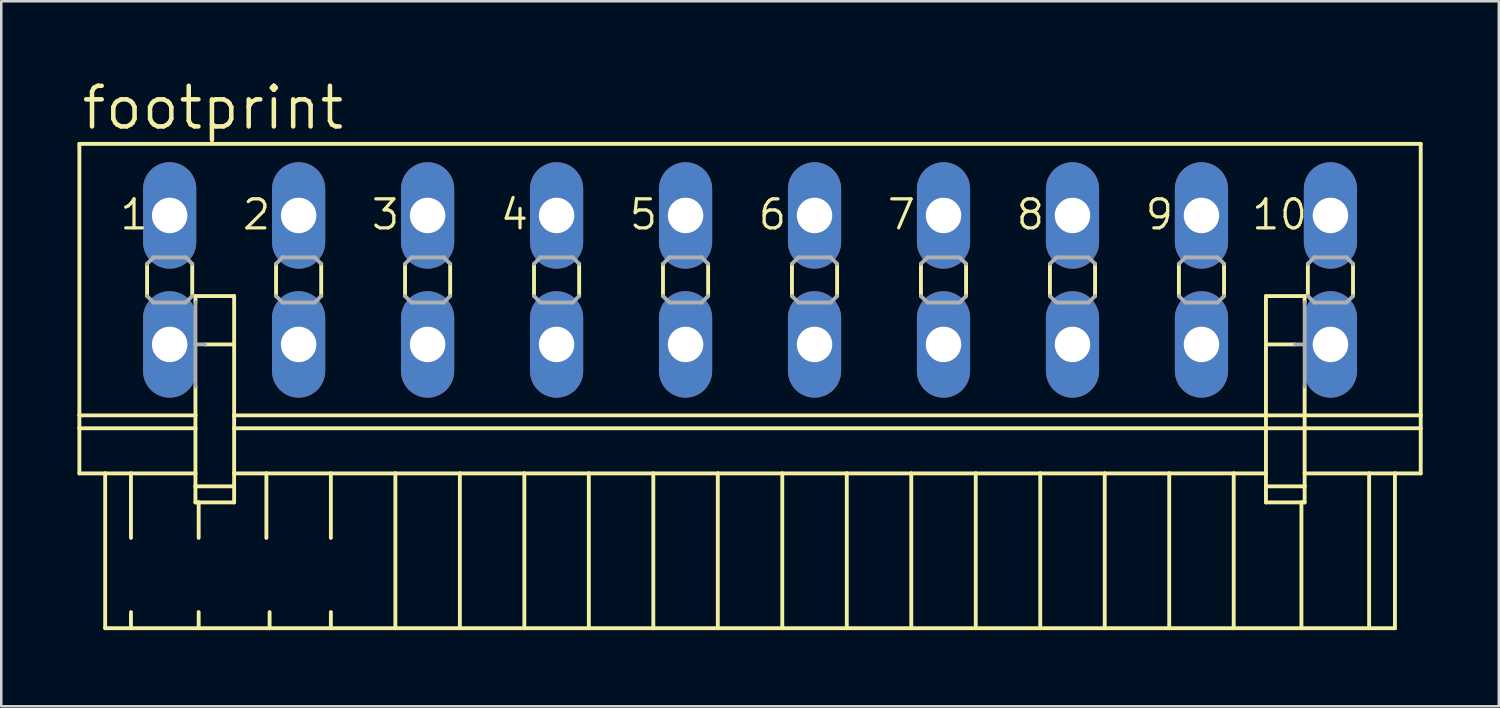
<source format=kicad_pcb>
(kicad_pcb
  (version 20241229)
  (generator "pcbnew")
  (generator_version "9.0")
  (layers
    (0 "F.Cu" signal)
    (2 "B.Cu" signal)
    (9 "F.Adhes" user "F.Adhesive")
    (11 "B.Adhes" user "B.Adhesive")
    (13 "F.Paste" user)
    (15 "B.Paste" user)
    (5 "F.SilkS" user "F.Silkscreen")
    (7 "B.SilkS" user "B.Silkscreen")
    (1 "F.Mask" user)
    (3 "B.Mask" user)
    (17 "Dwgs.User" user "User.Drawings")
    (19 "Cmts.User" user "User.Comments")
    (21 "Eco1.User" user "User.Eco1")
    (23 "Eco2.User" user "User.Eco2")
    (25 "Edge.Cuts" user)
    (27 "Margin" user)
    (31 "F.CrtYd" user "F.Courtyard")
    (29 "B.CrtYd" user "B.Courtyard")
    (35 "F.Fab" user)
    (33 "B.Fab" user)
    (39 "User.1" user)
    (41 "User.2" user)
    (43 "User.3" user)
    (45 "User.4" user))
  (footprint "footprint"
    (layer "F.Cu")
    (at 26.492 7.976)
    (property "Reference" "footprint" (at -26.416 -5.842 0) (layer "F.SilkS") (effects (font (size 1.6 1.6) (thickness 0.178)) (justify left bottom)))
    (fp_line (start -26.416 -5.359) (end -26.416 5.334) (stroke (width 0.152) (type solid)) (layer "F.SilkS"))
    (fp_line (start -26.416 -5.359) (end 26.416 -5.359) (stroke (width 0.152) (type solid)) (layer "F.SilkS"))
    (fp_line (start -26.416 5.334) (end -26.416 5.842) (stroke (width 0.152) (type solid)) (layer "F.SilkS"))
    (fp_line (start -26.416 5.334) (end -21.844 5.334) (stroke (width 0.152) (type solid)) (layer "F.SilkS"))
    (fp_line (start -26.416 5.842) (end -26.416 7.62) (stroke (width 0.152) (type solid)) (layer "F.SilkS"))
    (fp_line (start -26.416 5.842) (end -21.844 5.842) (stroke (width 0.152) (type solid)) (layer "F.SilkS"))
    (fp_line (start -26.416 7.62) (end -25.4 7.62) (stroke (width 0.152) (type solid)) (layer "F.SilkS"))
    (fp_line (start -25.4 7.62) (end -25.4 13.716) (stroke (width 0.152) (type solid)) (layer "F.SilkS"))
    (fp_line (start -25.4 7.62) (end -24.384 7.62) (stroke (width 0.152) (type solid)) (layer "F.SilkS"))
    (fp_line (start -25.4 13.716) (end -24.384 13.716) (stroke (width 0.152) (type solid)) (layer "F.SilkS"))
    (fp_line (start -24.384 7.62) (end -24.384 10.16) (stroke (width 0.152) (type solid)) (layer "F.SilkS"))
    (fp_line (start -24.384 7.62) (end -21.844 7.62) (stroke (width 0.152) (type solid)) (layer "F.SilkS"))
    (fp_line (start -24.384 13.081) (end -24.384 13.716) (stroke (width 0.152) (type solid)) (layer "F.SilkS"))
    (fp_line (start -24.384 13.716) (end -21.717 13.716) (stroke (width 0.152) (type solid)) (layer "F.SilkS"))
    (fp_line (start -23.749 -0.635) (end -23.749 0.635) (stroke (width 0.152) (type solid)) (layer "F.SilkS"))
    (fp_line (start -21.971 -0.635) (end -21.971 0.635) (stroke (width 0.152) (type solid)) (layer "F.SilkS"))
    (fp_line (start -21.844 0.635) (end -21.844 0.889) (stroke (width 0.152) (type solid)) (layer "F.SilkS"))
    (fp_line (start -21.844 0.635) (end -20.32 0.635) (stroke (width 0.152) (type solid)) (layer "F.SilkS"))
    (fp_line (start -21.844 4.191) (end -21.844 5.334) (stroke (width 0.152) (type solid)) (layer "F.SilkS"))
    (fp_line (start -21.844 5.842) (end -21.844 5.334) (stroke (width 0.152) (type solid)) (layer "F.SilkS"))
    (fp_line (start -21.844 7.62) (end -21.844 5.842) (stroke (width 0.152) (type solid)) (layer "F.SilkS"))
    (fp_line (start -21.844 8.128) (end -21.844 7.62) (stroke (width 0.152) (type solid)) (layer "F.SilkS"))
    (fp_line (start -21.844 8.128) (end -20.32 8.128) (stroke (width 0.152) (type solid)) (layer "F.SilkS"))
    (fp_line (start -21.844 8.763) (end -21.844 8.128) (stroke (width 0.152) (type solid)) (layer "F.SilkS"))
    (fp_line (start -21.717 8.763) (end -21.844 8.763) (stroke (width 0.152) (type solid)) (layer "F.SilkS"))
    (fp_line (start -21.717 8.763) (end -21.717 10.16) (stroke (width 0.152) (type solid)) (layer "F.SilkS"))
    (fp_line (start -21.717 13.081) (end -21.717 13.716) (stroke (width 0.152) (type solid)) (layer "F.SilkS"))
    (fp_line (start -21.717 13.716) (end -18.923 13.716) (stroke (width 0.152) (type solid)) (layer "F.SilkS"))
    (fp_line (start -20.32 0.635) (end -20.32 2.54) (stroke (width 0.152) (type solid)) (layer "F.SilkS"))
    (fp_line (start -20.32 2.54) (end -21.463 2.54) (stroke (width 0.152) (type solid)) (layer "F.SilkS"))
    (fp_line (start -20.32 2.54) (end -20.32 5.334) (stroke (width 0.152) (type solid)) (layer "F.SilkS"))
    (fp_line (start -20.32 5.334) (end -20.32 5.842) (stroke (width 0.152) (type solid)) (layer "F.SilkS"))
    (fp_line (start -20.32 5.334) (end 20.32 5.334) (stroke (width 0.152) (type solid)) (layer "F.SilkS"))
    (fp_line (start -20.32 5.842) (end -20.32 7.62) (stroke (width 0.152) (type solid)) (layer "F.SilkS"))
    (fp_line (start -20.32 5.842) (end 20.32 5.842) (stroke (width 0.152) (type solid)) (layer "F.SilkS"))
    (fp_line (start -20.32 7.62) (end -20.32 8.128) (stroke (width 0.152) (type solid)) (layer "F.SilkS"))
    (fp_line (start -20.32 7.62) (end -19.05 7.62) (stroke (width 0.152) (type solid)) (layer "F.SilkS"))
    (fp_line (start -20.32 8.128) (end -20.32 8.763) (stroke (width 0.152) (type solid)) (layer "F.SilkS"))
    (fp_line (start -20.32 8.763) (end -21.717 8.763) (stroke (width 0.152) (type solid)) (layer "F.SilkS"))
    (fp_line (start -19.05 7.62) (end -19.05 10.16) (stroke (width 0.152) (type solid)) (layer "F.SilkS"))
    (fp_line (start -19.05 7.62) (end -16.51 7.62) (stroke (width 0.152) (type solid)) (layer "F.SilkS"))
    (fp_line (start -18.923 13.081) (end -18.923 13.716) (stroke (width 0.152) (type solid)) (layer "F.SilkS"))
    (fp_line (start -18.923 13.716) (end -16.51 13.716) (stroke (width 0.152) (type solid)) (layer "F.SilkS"))
    (fp_line (start -18.669 -0.635) (end -18.669 0.635) (stroke (width 0.152) (type solid)) (layer "F.SilkS"))
    (fp_line (start -16.891 -0.635) (end -16.891 0.635) (stroke (width 0.152) (type solid)) (layer "F.SilkS"))
    (fp_line (start -16.51 7.62) (end -16.51 10.16) (stroke (width 0.152) (type solid)) (layer "F.SilkS"))
    (fp_line (start -16.51 7.62) (end -13.97 7.62) (stroke (width 0.152) (type solid)) (layer "F.SilkS"))
    (fp_line (start -16.51 13.081) (end -16.51 13.716) (stroke (width 0.152) (type solid)) (layer "F.SilkS"))
    (fp_line (start -16.51 13.716) (end -13.97 13.716) (stroke (width 0.152) (type solid)) (layer "F.SilkS"))
    (fp_line (start -13.97 7.62) (end -13.97 13.716) (stroke (width 0.152) (type solid)) (layer "F.SilkS"))
    (fp_line (start -13.97 7.62) (end -11.43 7.62) (stroke (width 0.152) (type solid)) (layer "F.SilkS"))
    (fp_line (start -13.97 13.716) (end -11.43 13.716) (stroke (width 0.152) (type solid)) (layer "F.SilkS"))
    (fp_line (start -13.589 -0.635) (end -13.589 0.635) (stroke (width 0.152) (type solid)) (layer "F.SilkS"))
    (fp_line (start -11.811 -0.635) (end -11.811 0.635) (stroke (width 0.152) (type solid)) (layer "F.SilkS"))
    (fp_line (start -11.43 7.62) (end -11.43 13.716) (stroke (width 0.152) (type solid)) (layer "F.SilkS"))
    (fp_line (start -11.43 7.62) (end -8.89 7.62) (stroke (width 0.152) (type solid)) (layer "F.SilkS"))
    (fp_line (start -11.43 13.716) (end -8.89 13.716) (stroke (width 0.152) (type solid)) (layer "F.SilkS"))
    (fp_line (start -8.89 7.62) (end -8.89 13.716) (stroke (width 0.152) (type solid)) (layer "F.SilkS"))
    (fp_line (start -8.89 7.62) (end -6.35 7.62) (stroke (width 0.152) (type solid)) (layer "F.SilkS"))
    (fp_line (start -8.89 13.716) (end -6.35 13.716) (stroke (width 0.152) (type solid)) (layer "F.SilkS"))
    (fp_line (start -8.509 -0.635) (end -8.509 0.635) (stroke (width 0.152) (type solid)) (layer "F.SilkS"))
    (fp_line (start -6.731 -0.635) (end -6.731 0.635) (stroke (width 0.152) (type solid)) (layer "F.SilkS"))
    (fp_line (start -6.35 7.62) (end -6.35 13.716) (stroke (width 0.152) (type solid)) (layer "F.SilkS"))
    (fp_line (start -6.35 7.62) (end -3.81 7.62) (stroke (width 0.152) (type solid)) (layer "F.SilkS"))
    (fp_line (start -6.35 13.716) (end -3.81 13.716) (stroke (width 0.152) (type solid)) (layer "F.SilkS"))
    (fp_line (start -3.81 7.62) (end -3.81 13.716) (stroke (width 0.152) (type solid)) (layer "F.SilkS"))
    (fp_line (start -3.81 7.62) (end -1.27 7.62) (stroke (width 0.152) (type solid)) (layer "F.SilkS"))
    (fp_line (start -3.81 13.716) (end -1.27 13.716) (stroke (width 0.152) (type solid)) (layer "F.SilkS"))
    (fp_line (start -3.429 -0.635) (end -3.429 0.635) (stroke (width 0.152) (type solid)) (layer "F.SilkS"))
    (fp_line (start -1.651 -0.635) (end -1.651 0.635) (stroke (width 0.152) (type solid)) (layer "F.SilkS"))
    (fp_line (start -1.27 7.62) (end -1.27 13.716) (stroke (width 0.152) (type solid)) (layer "F.SilkS"))
    (fp_line (start -1.27 7.62) (end 1.27 7.62) (stroke (width 0.152) (type solid)) (layer "F.SilkS"))
    (fp_line (start -1.27 13.716) (end 1.27 13.716) (stroke (width 0.152) (type solid)) (layer "F.SilkS"))
    (fp_line (start 1.27 7.62) (end 1.27 13.716) (stroke (width 0.152) (type solid)) (layer "F.SilkS"))
    (fp_line (start 1.27 7.62) (end 3.81 7.62) (stroke (width 0.152) (type solid)) (layer "F.SilkS"))
    (fp_line (start 1.27 13.716) (end 3.81 13.716) (stroke (width 0.152) (type solid)) (layer "F.SilkS"))
    (fp_line (start 1.651 -0.635) (end 1.651 0.635) (stroke (width 0.152) (type solid)) (layer "F.SilkS"))
    (fp_line (start 3.429 -0.635) (end 3.429 0.635) (stroke (width 0.152) (type solid)) (layer "F.SilkS"))
    (fp_line (start 3.81 7.62) (end 3.81 13.716) (stroke (width 0.152) (type solid)) (layer "F.SilkS"))
    (fp_line (start 3.81 7.62) (end 6.35 7.62) (stroke (width 0.152) (type solid)) (layer "F.SilkS"))
    (fp_line (start 3.81 13.716) (end 6.35 13.716) (stroke (width 0.152) (type solid)) (layer "F.SilkS"))
    (fp_line (start 6.35 7.62) (end 6.35 13.716) (stroke (width 0.152) (type solid)) (layer "F.SilkS"))
    (fp_line (start 6.35 7.62) (end 8.89 7.62) (stroke (width 0.152) (type solid)) (layer "F.SilkS"))
    (fp_line (start 6.35 13.716) (end 8.89 13.716) (stroke (width 0.152) (type solid)) (layer "F.SilkS"))
    (fp_line (start 6.731 -0.635) (end 6.731 0.635) (stroke (width 0.152) (type solid)) (layer "F.SilkS"))
    (fp_line (start 8.509 -0.635) (end 8.509 0.635) (stroke (width 0.152) (type solid)) (layer "F.SilkS"))
    (fp_line (start 8.89 7.62) (end 8.89 13.716) (stroke (width 0.152) (type solid)) (layer "F.SilkS"))
    (fp_line (start 8.89 7.62) (end 11.43 7.62) (stroke (width 0.152) (type solid)) (layer "F.SilkS"))
    (fp_line (start 8.89 13.716) (end 11.43 13.716) (stroke (width 0.152) (type solid)) (layer "F.SilkS"))
    (fp_line (start 11.43 7.62) (end 11.43 13.716) (stroke (width 0.152) (type solid)) (layer "F.SilkS"))
    (fp_line (start 11.43 7.62) (end 13.97 7.62) (stroke (width 0.152) (type solid)) (layer "F.SilkS"))
    (fp_line (start 11.43 13.716) (end 13.97 13.716) (stroke (width 0.152) (type solid)) (layer "F.SilkS"))
    (fp_line (start 11.811 -0.635) (end 11.811 0.635) (stroke (width 0.152) (type solid)) (layer "F.SilkS"))
    (fp_line (start 13.589 -0.635) (end 13.589 0.635) (stroke (width 0.152) (type solid)) (layer "F.SilkS"))
    (fp_line (start 13.97 7.62) (end 13.97 13.716) (stroke (width 0.152) (type solid)) (layer "F.SilkS"))
    (fp_line (start 13.97 7.62) (end 16.51 7.62) (stroke (width 0.152) (type solid)) (layer "F.SilkS"))
    (fp_line (start 13.97 13.716) (end 16.51 13.716) (stroke (width 0.152) (type solid)) (layer "F.SilkS"))
    (fp_line (start 16.51 7.62) (end 16.51 13.716) (stroke (width 0.152) (type solid)) (layer "F.SilkS"))
    (fp_line (start 16.51 7.62) (end 19.05 7.62) (stroke (width 0.152) (type solid)) (layer "F.SilkS"))
    (fp_line (start 16.51 13.716) (end 19.05 13.716) (stroke (width 0.152) (type solid)) (layer "F.SilkS"))
    (fp_line (start 16.891 -0.635) (end 16.891 0.635) (stroke (width 0.152) (type solid)) (layer "F.SilkS"))
    (fp_line (start 18.669 -0.635) (end 18.669 0.635) (stroke (width 0.152) (type solid)) (layer "F.SilkS"))
    (fp_line (start 19.05 7.62) (end 19.05 13.716) (stroke (width 0.152) (type solid)) (layer "F.SilkS"))
    (fp_line (start 19.05 7.62) (end 20.32 7.62) (stroke (width 0.152) (type solid)) (layer "F.SilkS"))
    (fp_line (start 19.05 13.716) (end 21.717 13.716) (stroke (width 0.152) (type solid)) (layer "F.SilkS"))
    (fp_line (start 20.32 0.635) (end 20.32 2.54) (stroke (width 0.152) (type solid)) (layer "F.SilkS"))
    (fp_line (start 20.32 2.54) (end 20.32 5.334) (stroke (width 0.152) (type solid)) (layer "F.SilkS"))
    (fp_line (start 20.32 2.54) (end 21.463 2.54) (stroke (width 0.152) (type solid)) (layer "F.SilkS"))
    (fp_line (start 20.32 5.334) (end 20.32 5.842) (stroke (width 0.152) (type solid)) (layer "F.SilkS"))
    (fp_line (start 20.32 5.334) (end 21.844 5.334) (stroke (width 0.152) (type solid)) (layer "F.SilkS"))
    (fp_line (start 20.32 5.842) (end 20.32 7.62) (stroke (width 0.152) (type solid)) (layer "F.SilkS"))
    (fp_line (start 20.32 5.842) (end 21.844 5.842) (stroke (width 0.152) (type solid)) (layer "F.SilkS"))
    (fp_line (start 20.32 7.62) (end 20.32 8.128) (stroke (width 0.152) (type solid)) (layer "F.SilkS"))
    (fp_line (start 20.32 8.128) (end 20.32 8.763) (stroke (width 0.152) (type solid)) (layer "F.SilkS"))
    (fp_line (start 20.32 8.128) (end 21.844 8.128) (stroke (width 0.152) (type solid)) (layer "F.SilkS"))
    (fp_line (start 21.717 8.763) (end 20.32 8.763) (stroke (width 0.152) (type solid)) (layer "F.SilkS"))
    (fp_line (start 21.717 8.763) (end 21.717 13.716) (stroke (width 0.152) (type solid)) (layer "F.SilkS"))
    (fp_line (start 21.717 13.716) (end 24.384 13.716) (stroke (width 0.152) (type solid)) (layer "F.SilkS"))
    (fp_line (start 21.844 0.635) (end 20.32 0.635) (stroke (width 0.152) (type solid)) (layer "F.SilkS"))
    (fp_line (start 21.844 0.889) (end 21.844 0.635) (stroke (width 0.152) (type solid)) (layer "F.SilkS"))
    (fp_line (start 21.844 4.191) (end 21.844 5.334) (stroke (width 0.152) (type solid)) (layer "F.SilkS"))
    (fp_line (start 21.844 5.334) (end 26.416 5.334) (stroke (width 0.152) (type solid)) (layer "F.SilkS"))
    (fp_line (start 21.844 5.842) (end 21.844 5.334) (stroke (width 0.152) (type solid)) (layer "F.SilkS"))
    (fp_line (start 21.844 5.842) (end 26.416 5.842) (stroke (width 0.152) (type solid)) (layer "F.SilkS"))
    (fp_line (start 21.844 7.62) (end 21.844 5.842) (stroke (width 0.152) (type solid)) (layer "F.SilkS"))
    (fp_line (start 21.844 7.62) (end 24.384 7.62) (stroke (width 0.152) (type solid)) (layer "F.SilkS"))
    (fp_line (start 21.844 8.128) (end 21.844 7.62) (stroke (width 0.152) (type solid)) (layer "F.SilkS"))
    (fp_line (start 21.844 8.763) (end 21.717 8.763) (stroke (width 0.152) (type solid)) (layer "F.SilkS"))
    (fp_line (start 21.844 8.763) (end 21.844 8.128) (stroke (width 0.152) (type solid)) (layer "F.SilkS"))
    (fp_line (start 21.971 -0.635) (end 21.971 0.635) (stroke (width 0.152) (type solid)) (layer "F.SilkS"))
    (fp_line (start 23.749 -0.635) (end 23.749 0.635) (stroke (width 0.152) (type solid)) (layer "F.SilkS"))
    (fp_line (start 24.384 7.62) (end 24.384 13.716) (stroke (width 0.152) (type solid)) (layer "F.SilkS"))
    (fp_line (start 24.384 7.62) (end 25.4 7.62) (stroke (width 0.152) (type solid)) (layer "F.SilkS"))
    (fp_line (start 24.384 13.716) (end 25.4 13.716) (stroke (width 0.152) (type solid)) (layer "F.SilkS"))
    (fp_line (start 25.4 7.62) (end 25.4 13.716) (stroke (width 0.152) (type solid)) (layer "F.SilkS"))
    (fp_line (start 25.4 7.62) (end 26.416 7.62) (stroke (width 0.152) (type solid)) (layer "F.SilkS"))
    (fp_line (start 26.416 -5.359) (end 26.416 5.334) (stroke (width 0.152) (type solid)) (layer "F.SilkS"))
    (fp_line (start 26.416 5.334) (end 26.416 5.842) (stroke (width 0.152) (type solid)) (layer "F.SilkS"))
    (fp_line (start 26.416 5.842) (end 26.416 7.62) (stroke (width 0.152) (type solid)) (layer "F.SilkS"))
    (fp_line (start -23.749 -0.635) (end -23.495 -0.889) (stroke (width 0.152) (type solid)) (layer "F.Fab"))
    (fp_line (start -23.495 -0.889) (end -22.225 -0.889) (stroke (width 0.152) (type solid)) (layer "F.Fab"))
    (fp_line (start -23.495 0.889) (end -23.749 0.635) (stroke (width 0.152) (type solid)) (layer "F.Fab"))
    (fp_line (start -22.225 -0.889) (end -21.971 -0.635) (stroke (width 0.152) (type solid)) (layer "F.Fab"))
    (fp_line (start -22.225 0.889) (end -23.495 0.889) (stroke (width 0.152) (type solid)) (layer "F.Fab"))
    (fp_line (start -21.971 0.635) (end -22.225 0.889) (stroke (width 0.152) (type solid)) (layer "F.Fab"))
    (fp_line (start -21.844 2.54) (end -21.844 0.889) (stroke (width 0.152) (type solid)) (layer "F.Fab"))
    (fp_line (start -21.844 2.54) (end -21.463 2.54) (stroke (width 0.152) (type solid)) (layer "F.Fab"))
    (fp_line (start -21.844 4.191) (end -21.844 2.54) (stroke (width 0.152) (type solid)) (layer "F.Fab"))
    (fp_line (start -18.669 -0.635) (end -18.415 -0.889) (stroke (width 0.152) (type solid)) (layer "F.Fab"))
    (fp_line (start -18.415 -0.889) (end -17.145 -0.889) (stroke (width 0.152) (type solid)) (layer "F.Fab"))
    (fp_line (start -18.415 0.889) (end -18.669 0.635) (stroke (width 0.152) (type solid)) (layer "F.Fab"))
    (fp_line (start -17.145 -0.889) (end -16.891 -0.635) (stroke (width 0.152) (type solid)) (layer "F.Fab"))
    (fp_line (start -17.145 0.889) (end -18.415 0.889) (stroke (width 0.152) (type solid)) (layer "F.Fab"))
    (fp_line (start -16.891 0.635) (end -17.145 0.889) (stroke (width 0.152) (type solid)) (layer "F.Fab"))
    (fp_line (start -13.589 -0.635) (end -13.335 -0.889) (stroke (width 0.152) (type solid)) (layer "F.Fab"))
    (fp_line (start -13.335 -0.889) (end -12.065 -0.889) (stroke (width 0.152) (type solid)) (layer "F.Fab"))
    (fp_line (start -13.335 0.889) (end -13.589 0.635) (stroke (width 0.152) (type solid)) (layer "F.Fab"))
    (fp_line (start -12.065 -0.889) (end -11.811 -0.635) (stroke (width 0.152) (type solid)) (layer "F.Fab"))
    (fp_line (start -12.065 0.889) (end -13.335 0.889) (stroke (width 0.152) (type solid)) (layer "F.Fab"))
    (fp_line (start -11.811 0.635) (end -12.065 0.889) (stroke (width 0.152) (type solid)) (layer "F.Fab"))
    (fp_line (start -8.509 -0.635) (end -8.255 -0.889) (stroke (width 0.152) (type solid)) (layer "F.Fab"))
    (fp_line (start -8.255 -0.889) (end -6.985 -0.889) (stroke (width 0.152) (type solid)) (layer "F.Fab"))
    (fp_line (start -8.255 0.889) (end -8.509 0.635) (stroke (width 0.152) (type solid)) (layer "F.Fab"))
    (fp_line (start -6.985 -0.889) (end -6.731 -0.635) (stroke (width 0.152) (type solid)) (layer "F.Fab"))
    (fp_line (start -6.985 0.889) (end -8.255 0.889) (stroke (width 0.152) (type solid)) (layer "F.Fab"))
    (fp_line (start -6.731 0.635) (end -6.985 0.889) (stroke (width 0.152) (type solid)) (layer "F.Fab"))
    (fp_line (start -3.429 -0.635) (end -3.175 -0.889) (stroke (width 0.152) (type solid)) (layer "F.Fab"))
    (fp_line (start -3.175 -0.889) (end -1.905 -0.889) (stroke (width 0.152) (type solid)) (layer "F.Fab"))
    (fp_line (start -3.175 0.889) (end -3.429 0.635) (stroke (width 0.152) (type solid)) (layer "F.Fab"))
    (fp_line (start -1.905 -0.889) (end -1.651 -0.635) (stroke (width 0.152) (type solid)) (layer "F.Fab"))
    (fp_line (start -1.905 0.889) (end -3.175 0.889) (stroke (width 0.152) (type solid)) (layer "F.Fab"))
    (fp_line (start -1.651 0.635) (end -1.905 0.889) (stroke (width 0.152) (type solid)) (layer "F.Fab"))
    (fp_line (start 1.651 -0.635) (end 1.905 -0.889) (stroke (width 0.152) (type solid)) (layer "F.Fab"))
    (fp_line (start 1.905 -0.889) (end 3.175 -0.889) (stroke (width 0.152) (type solid)) (layer "F.Fab"))
    (fp_line (start 1.905 0.889) (end 1.651 0.635) (stroke (width 0.152) (type solid)) (layer "F.Fab"))
    (fp_line (start 3.175 -0.889) (end 3.429 -0.635) (stroke (width 0.152) (type solid)) (layer "F.Fab"))
    (fp_line (start 3.175 0.889) (end 1.905 0.889) (stroke (width 0.152) (type solid)) (layer "F.Fab"))
    (fp_line (start 3.429 0.635) (end 3.175 0.889) (stroke (width 0.152) (type solid)) (layer "F.Fab"))
    (fp_line (start 6.731 -0.635) (end 6.985 -0.889) (stroke (width 0.152) (type solid)) (layer "F.Fab"))
    (fp_line (start 6.985 -0.889) (end 8.255 -0.889) (stroke (width 0.152) (type solid)) (layer "F.Fab"))
    (fp_line (start 6.985 0.889) (end 6.731 0.635) (stroke (width 0.152) (type solid)) (layer "F.Fab"))
    (fp_line (start 8.255 -0.889) (end 8.509 -0.635) (stroke (width 0.152) (type solid)) (layer "F.Fab"))
    (fp_line (start 8.255 0.889) (end 6.985 0.889) (stroke (width 0.152) (type solid)) (layer "F.Fab"))
    (fp_line (start 8.509 0.635) (end 8.255 0.889) (stroke (width 0.152) (type solid)) (layer "F.Fab"))
    (fp_line (start 11.811 -0.635) (end 12.065 -0.889) (stroke (width 0.152) (type solid)) (layer "F.Fab"))
    (fp_line (start 12.065 -0.889) (end 13.335 -0.889) (stroke (width 0.152) (type solid)) (layer "F.Fab"))
    (fp_line (start 12.065 0.889) (end 11.811 0.635) (stroke (width 0.152) (type solid)) (layer "F.Fab"))
    (fp_line (start 13.335 -0.889) (end 13.589 -0.635) (stroke (width 0.152) (type solid)) (layer "F.Fab"))
    (fp_line (start 13.335 0.889) (end 12.065 0.889) (stroke (width 0.152) (type solid)) (layer "F.Fab"))
    (fp_line (start 13.589 0.635) (end 13.335 0.889) (stroke (width 0.152) (type solid)) (layer "F.Fab"))
    (fp_line (start 16.891 -0.635) (end 17.145 -0.889) (stroke (width 0.152) (type solid)) (layer "F.Fab"))
    (fp_line (start 17.145 -0.889) (end 18.415 -0.889) (stroke (width 0.152) (type solid)) (layer "F.Fab"))
    (fp_line (start 17.145 0.889) (end 16.891 0.635) (stroke (width 0.152) (type solid)) (layer "F.Fab"))
    (fp_line (start 18.415 -0.889) (end 18.669 -0.635) (stroke (width 0.152) (type solid)) (layer "F.Fab"))
    (fp_line (start 18.415 0.889) (end 17.145 0.889) (stroke (width 0.152) (type solid)) (layer "F.Fab"))
    (fp_line (start 18.669 0.635) (end 18.415 0.889) (stroke (width 0.152) (type solid)) (layer "F.Fab"))
    (fp_line (start 21.463 2.54) (end 21.844 2.54) (stroke (width 0.152) (type solid)) (layer "F.Fab"))
    (fp_line (start 21.844 2.54) (end 21.844 0.889) (stroke (width 0.152) (type solid)) (layer "F.Fab"))
    (fp_line (start 21.844 4.191) (end 21.844 2.54) (stroke (width 0.152) (type solid)) (layer "F.Fab"))
    (fp_line (start 21.971 -0.635) (end 22.225 -0.889) (stroke (width 0.152) (type solid)) (layer "F.Fab"))
    (fp_line (start 22.225 -0.889) (end 23.495 -0.889) (stroke (width 0.152) (type solid)) (layer "F.Fab"))
    (fp_line (start 22.225 0.889) (end 21.971 0.635) (stroke (width 0.152) (type solid)) (layer "F.Fab"))
    (fp_line (start 23.495 -0.889) (end 23.749 -0.635) (stroke (width 0.152) (type solid)) (layer "F.Fab"))
    (fp_line (start 23.495 0.889) (end 22.225 0.889) (stroke (width 0.152) (type solid)) (layer "F.Fab"))
    (fp_line (start 23.749 0.635) (end 23.495 0.889) (stroke (width 0.152) (type solid)) (layer "F.Fab"))
    (fp_text user "1" (at -24.892 -1.905 0) (layer "F.SilkS") (effects (font (size 1.143 1.143) (thickness 0.127)) (justify left bottom)))
    (fp_text user "9" (at 15.494 -1.905 0) (layer "F.SilkS") (effects (font (size 1.143 1.143) (thickness 0.127)) (justify left bottom)))
    (fp_text user "6" (at 0.254 -1.905 0) (layer "F.SilkS") (effects (font (size 1.143 1.143) (thickness 0.127)) (justify left bottom)))
    (fp_text user "8" (at 10.414 -1.905 0) (layer "F.SilkS") (effects (font (size 1.143 1.143) (thickness 0.127)) (justify left bottom)))
    (fp_text user "10" (at 19.685 -1.905 0) (layer "F.SilkS") (effects (font (size 1.143 1.143) (thickness 0.127)) (justify left bottom)))
    (fp_text user "7" (at 5.334 -1.905 0) (layer "F.SilkS") (effects (font (size 1.143 1.143) (thickness 0.127)) (justify left bottom)))
    (fp_text user "3" (at -14.986 -1.905 0) (layer "F.SilkS") (effects (font (size 1.143 1.143) (thickness 0.127)) (justify left bottom)))
    (fp_text user "5" (at -4.826 -1.905 0) (layer "F.SilkS") (effects (font (size 1.143 1.143) (thickness 0.127)) (justify left bottom)))
    (fp_text user "4" (at -9.906 -1.905 0) (layer "F.SilkS") (effects (font (size 1.143 1.143) (thickness 0.127)) (justify left bottom)))
    (fp_text user "2" (at -20.066 -1.905 0) (layer "F.SilkS") (effects (font (size 1.143 1.143) (thickness 0.127)) (justify left bottom)))
    (pad "1" thru_hole oval (at -22.86 -2.54 90) (size 4.191 2.095) (drill 1.397) (layers "*.Cu" "*.Mask"))
    (pad "1A" thru_hole oval (at -22.86 2.54 90) (size 4.191 2.095) (drill 1.397) (layers "*.Cu" "*.Mask"))
    (pad "2" thru_hole oval (at -17.78 -2.54 90) (size 4.191 2.095) (drill 1.397) (layers "*.Cu" "*.Mask"))
    (pad "2A" thru_hole oval (at -17.78 2.54 90) (size 4.191 2.095) (drill 1.397) (layers "*.Cu" "*.Mask"))
    (pad "3" thru_hole oval (at -12.7 -2.54 90) (size 4.191 2.095) (drill 1.397) (layers "*.Cu" "*.Mask"))
    (pad "3A" thru_hole oval (at -12.7 2.54 90) (size 4.191 2.095) (drill 1.397) (layers "*.Cu" "*.Mask"))
    (pad "4" thru_hole oval (at -7.62 -2.54 90) (size 4.191 2.095) (drill 1.397) (layers "*.Cu" "*.Mask"))
    (pad "4A" thru_hole oval (at -7.62 2.54 90) (size 4.191 2.095) (drill 1.397) (layers "*.Cu" "*.Mask"))
    (pad "5" thru_hole oval (at -2.54 -2.54 90) (size 4.191 2.095) (drill 1.397) (layers "*.Cu" "*.Mask"))
    (pad "5A" thru_hole oval (at -2.54 2.54 90) (size 4.191 2.095) (drill 1.397) (layers "*.Cu" "*.Mask"))
    (pad "6" thru_hole oval (at 2.54 -2.54 90) (size 4.191 2.095) (drill 1.397) (layers "*.Cu" "*.Mask"))
    (pad "6A" thru_hole oval (at 2.54 2.54 90) (size 4.191 2.095) (drill 1.397) (layers "*.Cu" "*.Mask"))
    (pad "7" thru_hole oval (at 7.62 -2.54 90) (size 4.191 2.095) (drill 1.397) (layers "*.Cu" "*.Mask"))
    (pad "7A" thru_hole oval (at 7.62 2.54 90) (size 4.191 2.095) (drill 1.397) (layers "*.Cu" "*.Mask"))
    (pad "8" thru_hole oval (at 12.7 -2.54 90) (size 4.191 2.095) (drill 1.397) (layers "*.Cu" "*.Mask"))
    (pad "8A" thru_hole oval (at 12.7 2.54 90) (size 4.191 2.095) (drill 1.397) (layers "*.Cu" "*.Mask"))
    (pad "9" thru_hole oval (at 17.78 -2.54 90) (size 4.191 2.095) (drill 1.397) (layers "*.Cu" "*.Mask"))
    (pad "9A" thru_hole oval (at 17.78 2.54 90) (size 4.191 2.095) (drill 1.397) (layers "*.Cu" "*.Mask"))
    (pad "10" thru_hole oval (at 22.86 -2.54 90) (size 4.191 2.095) (drill 1.397) (layers "*.Cu" "*.Mask"))
    (pad "10A" thru_hole oval (at 22.86 2.54 90) (size 4.191 2.095) (drill 1.397) (layers "*.Cu" "*.Mask")))
  (gr_rect
    (start -3 -3)
    (end 55.984 24.768)
    (stroke (width 0.1) (type default))
    (fill no)
    (layer "Edge.Cuts")))
</source>
